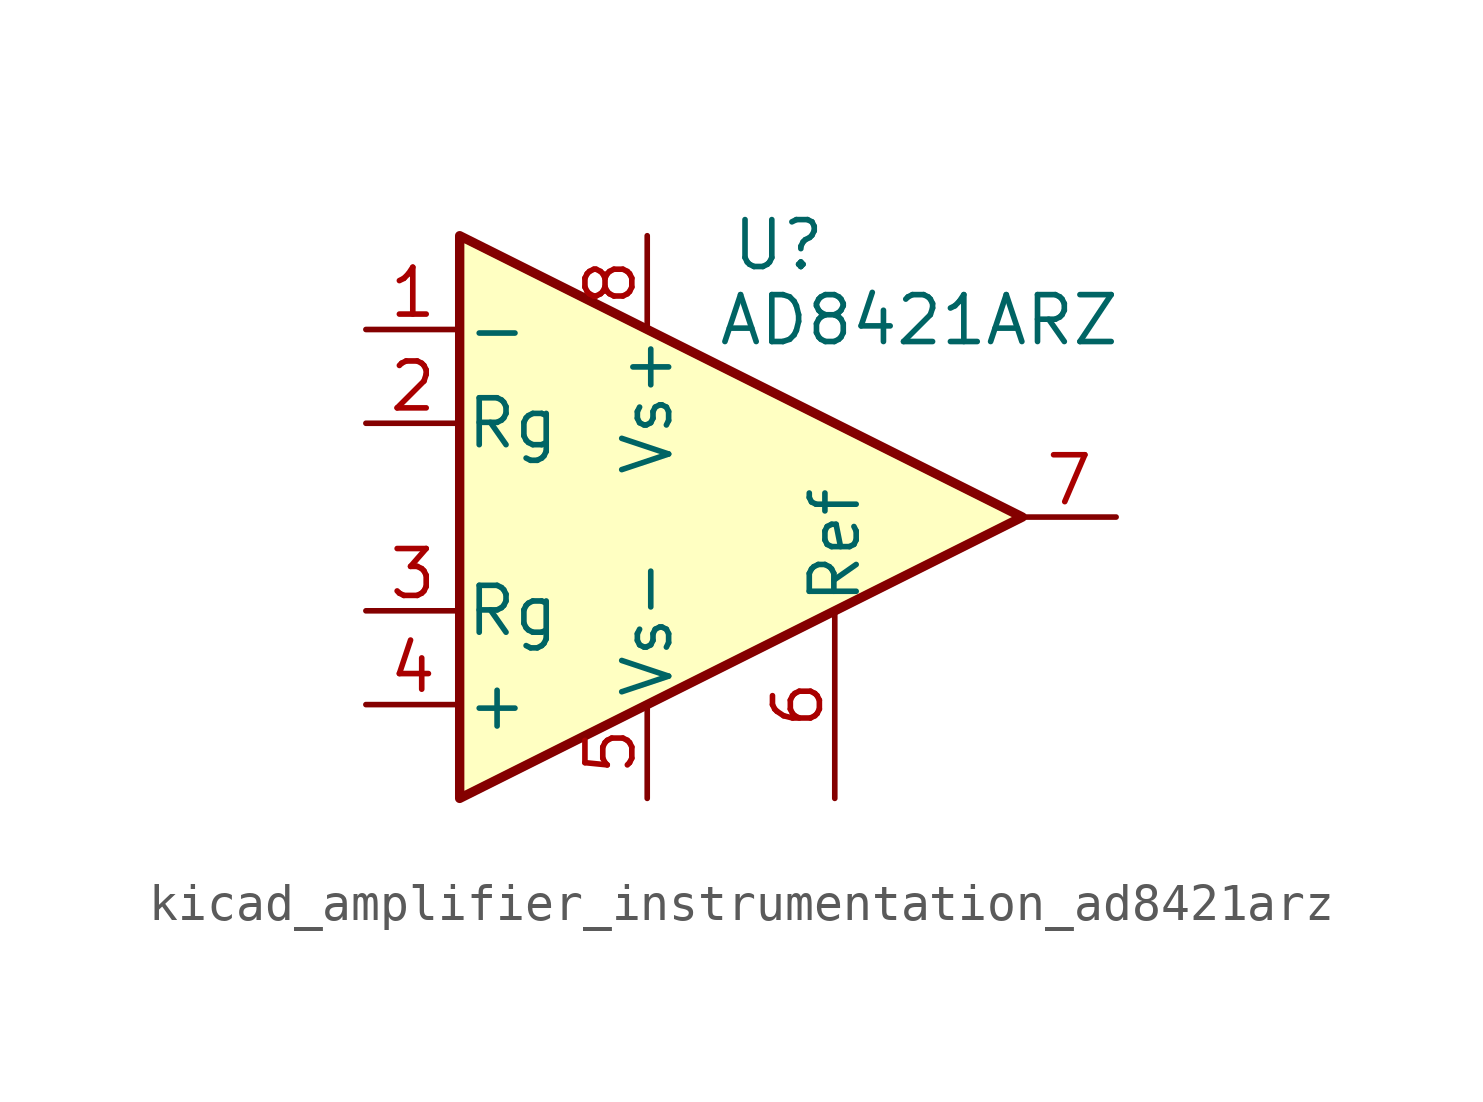
<source format=kicad_sym>
(kicad_symbol_lib
  (version 20220914)
  (generator kicad_symbol_editor)
  (symbol "kicad_amplifier_instrumentation_ad8421arz"
    (pin_names
      (offset 0.127))
    (property "Reference" "U"
      (at 3.556 7.366 0)
      (effects (font (size 1.27 1.27))))
    (property "Value" "AD8421ARZ"
      (at 7.366 5.334 0)
      (effects (font (size 1.27 1.27))))
    (symbol "kicad_amplifier_instrumentation_ad8421arz_0_1"
      (polyline (pts (xy -5.08 7.62) (xy -5.08 -7.62) (xy 10.16 0) (xy -5.08 7.62)) (stroke (width 0.254) (type default)) (fill (type background))))
    (symbol "kicad_amplifier_instrumentation_ad8421arz_1_1"
      (pin input line (at -7.62 5.08 0) (length 2.54) (name "-" (effects (font (size 1.27 1.27)))) (number "1" (effects (font (size 1.27 1.27)))))
      (pin passive line (at -7.62 2.54 0) (length 2.54) (name "Rg" (effects (font (size 1.27 1.27)))) (number "2" (effects (font (size 1.27 1.27)))))
      (pin passive line (at -7.62 -2.54 0) (length 2.54) (name "Rg" (effects (font (size 1.27 1.27)))) (number "3" (effects (font (size 1.27 1.27)))))
      (pin input line (at -7.62 -5.08 0) (length 2.54) (name "+" (effects (font (size 1.27 1.27)))) (number "4" (effects (font (size 1.27 1.27)))))
      (pin power_in line (at 0 -7.62 90) (length 2.54) (name "Vs-" (effects (font (size 1.27 1.27)))) (number "5" (effects (font (size 1.27 1.27)))))
      (pin passive line (at 5.08 -7.62 90) (length 5.08) (name "Ref" (effects (font (size 1.27 1.27)))) (number "6" (effects (font (size 1.27 1.27)))))
      (pin output line (at 12.7 0 180) (length 2.54) (name "~" (effects (font (size 1.27 1.27)))) (number "7" (effects (font (size 1.27 1.27)))))
      (pin power_in line (at 0 7.62 270) (length 2.54) (name "Vs+" (effects (font (size 1.27 1.27)))) (number "8" (effects (font (size 1.27 1.27))))))))
</source>
